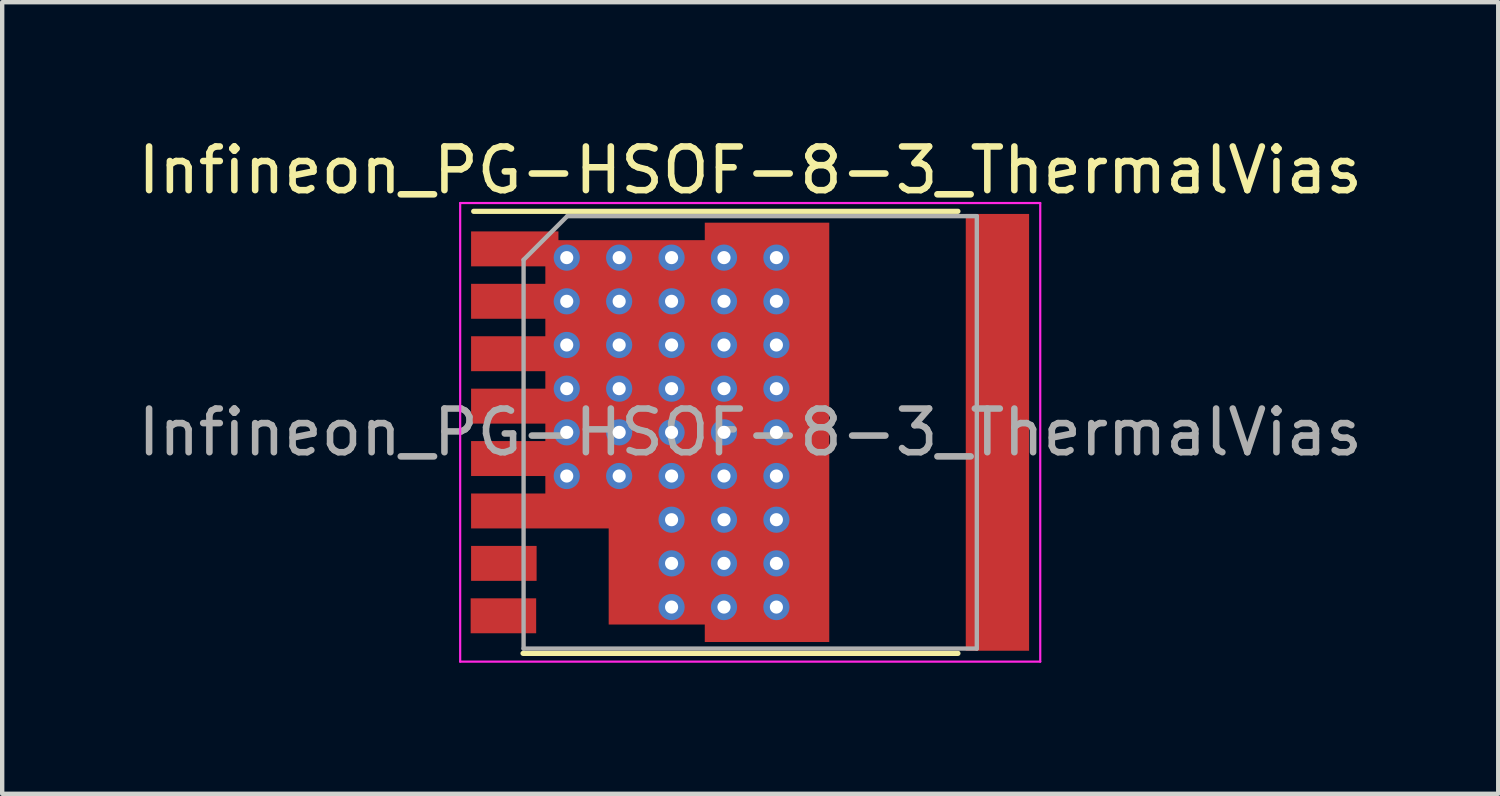
<source format=kicad_pcb>
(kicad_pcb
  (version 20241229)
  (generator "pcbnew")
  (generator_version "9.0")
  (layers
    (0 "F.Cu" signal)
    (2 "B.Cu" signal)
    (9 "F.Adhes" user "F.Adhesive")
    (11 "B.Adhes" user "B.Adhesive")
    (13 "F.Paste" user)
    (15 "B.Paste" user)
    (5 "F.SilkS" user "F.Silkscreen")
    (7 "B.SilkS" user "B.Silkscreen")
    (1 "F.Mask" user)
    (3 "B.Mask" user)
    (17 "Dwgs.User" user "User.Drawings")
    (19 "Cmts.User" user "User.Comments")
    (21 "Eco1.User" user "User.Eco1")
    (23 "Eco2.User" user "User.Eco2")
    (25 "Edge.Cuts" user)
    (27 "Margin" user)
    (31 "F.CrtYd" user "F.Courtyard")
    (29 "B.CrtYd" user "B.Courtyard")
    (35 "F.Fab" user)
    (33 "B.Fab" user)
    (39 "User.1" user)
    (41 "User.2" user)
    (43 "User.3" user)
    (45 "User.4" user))
  (footprint "Infineon_PG-HSOF-8-3_ThermalVias"
    (layer "F.Cu")
    (at 14.125 6.848)
    (property "Reference" "Infineon_PG-HSOF-8-3_ThermalVias" (at 0 -6 0) (layer "F.SilkS") (effects (font (size 1 1) (thickness 0.15))))
    (attr smd)
    (fp_line (start -5.2 5.06) (end 4.755 5.06) (stroke (width 0.12) (type solid)) (layer "F.SilkS"))
    (fp_line (start 4.755 -5.06) (end -6.33 -5.06) (stroke (width 0.12) (type solid)) (layer "F.SilkS"))
    (fp_line (start -6.64 5.25) (end -6.64 -5.25) (stroke (width 0.05) (type solid)) (layer "F.CrtYd"))
    (fp_line (start -6.64 5.25) (end 6.64 5.25) (stroke (width 0.05) (type solid)) (layer "F.CrtYd"))
    (fp_line (start 6.64 -5.25) (end -6.64 -5.25) (stroke (width 0.05) (type solid)) (layer "F.CrtYd"))
    (fp_line (start 6.64 -5.25) (end 6.64 5.25) (stroke (width 0.05) (type solid)) (layer "F.CrtYd"))
    (fp_line (start -5.188 4.95) (end -5.188 -3.95) (stroke (width 0.1) (type solid)) (layer "F.Fab"))
    (fp_line (start -4.188 -4.95) (end -5.188 -3.95) (stroke (width 0.1) (type solid)) (layer "F.Fab"))
    (fp_line (start -4.188 -4.95) (end 5.188 -4.95) (stroke (width 0.1) (type solid)) (layer "F.Fab"))
    (fp_line (start 5.188 -4.95) (end 5.188 4.95) (stroke (width 0.1) (type solid)) (layer "F.Fab"))
    (fp_line (start 5.188 4.95) (end -5.188 4.95) (stroke (width 0.1) (type solid)) (layer "F.Fab"))
    (fp_text user "${REFERENCE}" (at 0 0 0) (layer "F.Fab") (effects (font (size 1 1) (thickness 0.15))))
    (pad "" smd rect (at -5.44 -4.2) (size 1.8 0.8) (layers "F.Paste"))
    (pad "" smd rect (at -5.44 -3) (size 1.8 0.8) (layers "F.Paste"))
    (pad "" smd rect (at -5.44 -1.8) (size 1.8 0.8) (layers "F.Paste"))
    (pad "" smd rect (at -5.44 -0.6) (size 1.8 0.8) (layers "F.Paste"))
    (pad "" smd rect (at -5.44 0.6) (size 1.8 0.8) (layers "F.Paste"))
    (pad "" smd rect (at -5.44 1.8) (size 1.8 0.8) (layers "F.Paste"))
    (pad "" smd rect (at -3.6 -2.25) (size 0.8 4.1) (layers "F.Paste"))
    (pad "" smd rect (at -3.6 1.15) (size 0.8 1.9) (layers "F.Paste"))
    (pad "" smd rect (at -2.4 -2.25) (size 0.8 4.1) (layers "F.Paste"))
    (pad "" smd rect (at -2.4 2.25) (size 0.8 4.1) (layers "F.Paste"))
    (pad "" smd rect (at -1.2 -2.25) (size 0.8 4.1) (layers "F.Paste"))
    (pad "" smd rect (at -1.2 2.25) (size 0.8 4.1) (layers "F.Paste"))
    (pad "" smd rect (at 0 -2.45) (size 0.8 4.5) (layers "F.Paste"))
    (pad "" smd rect (at 0 2.45) (size 0.8 4.5) (layers "F.Paste"))
    (pad "" smd rect (at 1.26 -2.45) (size 0.8 4.5) (layers "F.Paste"))
    (pad "" smd rect (at 1.26 2.45) (size 0.8 4.5) (layers "F.Paste"))
    (pad "" smd rect (at 5.65 -4) (size 1.35 1.5) (layers "F.Paste"))
    (pad "" smd rect (at 5.65 4) (size 1.35 1.5) (layers "F.Paste"))
    (pad "" smd rect (at 5.66 -2) (size 1.35 1.5) (layers "F.Paste"))
    (pad "" smd rect (at 5.66 0) (size 1.35 1.5) (layers "F.Paste"))
    (pad "" smd rect (at 5.66 2) (size 1.35 1.5) (layers "F.Paste"))
    (pad "1" thru_hole circle (at -4.2 -4) (size 0.6 0.6) (drill 0.3) (layers "*.Cu"))
    (pad "1" thru_hole circle (at -4.2 -3) (size 0.6 0.6) (drill 0.3) (layers "*.Cu"))
    (pad "1" thru_hole circle (at -4.2 -2) (size 0.6 0.6) (drill 0.3) (layers "*.Cu"))
    (pad "1" thru_hole circle (at -4.2 -1) (size 0.6 0.6) (drill 0.3) (layers "*.Cu"))
    (pad "1" thru_hole circle (at -4.2 0) (size 0.6 0.6) (drill 0.3) (layers "*.Cu"))
    (pad "1" thru_hole circle (at -4.2 1) (size 0.6 0.6) (drill 0.3) (layers "*.Cu"))
    (pad "1" thru_hole circle (at -3 -4) (size 0.6 0.6) (drill 0.3) (layers "*.Cu"))
    (pad "1" thru_hole circle (at -3 -3) (size 0.6 0.6) (drill 0.3) (layers "*.Cu"))
    (pad "1" thru_hole circle (at -3 -2) (size 0.6 0.6) (drill 0.3) (layers "*.Cu"))
    (pad "1" thru_hole circle (at -3 -1) (size 0.6 0.6) (drill 0.3) (layers "*.Cu"))
    (pad "1" thru_hole circle (at -3 0) (size 0.6 0.6) (drill 0.3) (layers "*.Cu"))
    (pad "1" thru_hole circle (at -3 1) (size 0.6 0.6) (drill 0.3) (layers "*.Cu"))
    (pad "1" thru_hole circle (at -1.8 -4) (size 0.6 0.6) (drill 0.3) (layers "*.Cu"))
    (pad "1" thru_hole circle (at -1.8 -3) (size 0.6 0.6) (drill 0.3) (layers "*.Cu"))
    (pad "1" thru_hole circle (at -1.8 -2) (size 0.6 0.6) (drill 0.3) (layers "*.Cu"))
    (pad "1" thru_hole circle (at -1.8 -1) (size 0.6 0.6) (drill 0.3) (layers "*.Cu"))
    (pad "1" thru_hole circle (at -1.8 0) (size 0.6 0.6) (drill 0.3) (layers "*.Cu"))
    (pad "1" thru_hole circle (at -1.8 1) (size 0.6 0.6) (drill 0.3) (layers "*.Cu"))
    (pad "1" thru_hole circle (at -1.8 2) (size 0.6 0.6) (drill 0.3) (layers "*.Cu"))
    (pad "1" thru_hole circle (at -1.8 3) (size 0.6 0.6) (drill 0.3) (layers "*.Cu"))
    (pad "1" thru_hole circle (at -1.8 4) (size 0.6 0.6) (drill 0.3) (layers "*.Cu"))
    (pad "1" thru_hole circle (at -0.6 -4) (size 0.6 0.6) (drill 0.3) (layers "*.Cu"))
    (pad "1" thru_hole circle (at -0.6 -3) (size 0.6 0.6) (drill 0.3) (layers "*.Cu"))
    (pad "1" thru_hole circle (at -0.6 -2) (size 0.6 0.6) (drill 0.3) (layers "*.Cu"))
    (pad "1" thru_hole circle (at -0.6 -1) (size 0.6 0.6) (drill 0.3) (layers "*.Cu"))
    (pad "1" thru_hole circle (at -0.6 0) (size 0.6 0.6) (drill 0.3) (layers "*.Cu"))
    (pad "1" thru_hole circle (at -0.6 1) (size 0.6 0.6) (drill 0.3) (layers "*.Cu"))
    (pad "1" thru_hole circle (at -0.6 2) (size 0.6 0.6) (drill 0.3) (layers "*.Cu"))
    (pad "1" thru_hole circle (at -0.6 3) (size 0.6 0.6) (drill 0.3) (layers "*.Cu"))
    (pad "1" thru_hole circle (at -0.6 4) (size 0.6 0.6) (drill 0.3) (layers "*.Cu"))
    (pad "1" smd custom (at 0.385 0) (size 2.85 9.6) (layers "F.Cu" "F.Mask") (options (anchor rect)) (primitives (gr_poly (pts (xy -1.425 -4.4) (xy -1.425 4.4) (xy -3.625 4.4) (xy -3.625 2.2) (xy -6.775 2.2) (xy -6.775 1.4) (xy -5.075 1.4) (xy -5.075 1) (xy -6.775 1) (xy -6.775 0.2) (xy -5.075 0.2) (xy -5.075 -0.2) (xy -6.775 -0.2) (xy -6.775 -1) (xy -5.075 -1) (xy -5.075 -1.4) (xy -6.775 -1.4) (xy -6.775 -2.2) (xy -5.075 -2.2) (xy -5.075 -2.6) (xy -6.775 -2.6) (xy -6.775 -3.4) (xy -5.075 -3.4) (xy -5.075 -3.8) (xy -6.775 -3.8) (xy -6.775 -4.6) (xy -4.775 -4.6) (xy -4.775 -4.4)) (width 0) (fill yes))))
    (pad "1" thru_hole circle (at 0.6 -4) (size 0.6 0.6) (drill 0.3) (layers "*.Cu"))
    (pad "1" thru_hole circle (at 0.6 -3) (size 0.6 0.6) (drill 0.3) (layers "*.Cu"))
    (pad "1" thru_hole circle (at 0.6 -2) (size 0.6 0.6) (drill 0.3) (layers "*.Cu"))
    (pad "1" thru_hole circle (at 0.6 -1) (size 0.6 0.6) (drill 0.3) (layers "*.Cu"))
    (pad "1" thru_hole circle (at 0.6 0) (size 0.6 0.6) (drill 0.3) (layers "*.Cu"))
    (pad "1" thru_hole circle (at 0.6 1) (size 0.6 0.6) (drill 0.3) (layers "*.Cu"))
    (pad "1" thru_hole circle (at 0.6 2) (size 0.6 0.6) (drill 0.3) (layers "*.Cu"))
    (pad "1" thru_hole circle (at 0.6 3) (size 0.6 0.6) (drill 0.3) (layers "*.Cu"))
    (pad "1" thru_hole circle (at 0.6 4) (size 0.6 0.6) (drill 0.3) (layers "*.Cu"))
    (pad "2" smd rect (at -5.64 3) (size 1.5 0.8) (layers "F.Cu" "F.Mask" "F.Paste"))
    (pad "3" smd rect (at -5.65 4.2) (size 1.5 0.8) (layers "F.Cu" "F.Mask" "F.Paste"))
    (pad "4" smd rect (at 5.66 0) (size 1.45 10) (layers "F.Cu" "F.Mask")))
  (gr_rect
    (start -3 -3)
    (end 31.25 15.123)
    (stroke (width 0.1) (type default))
    (fill no)
    (layer "Edge.Cuts")))
</source>
